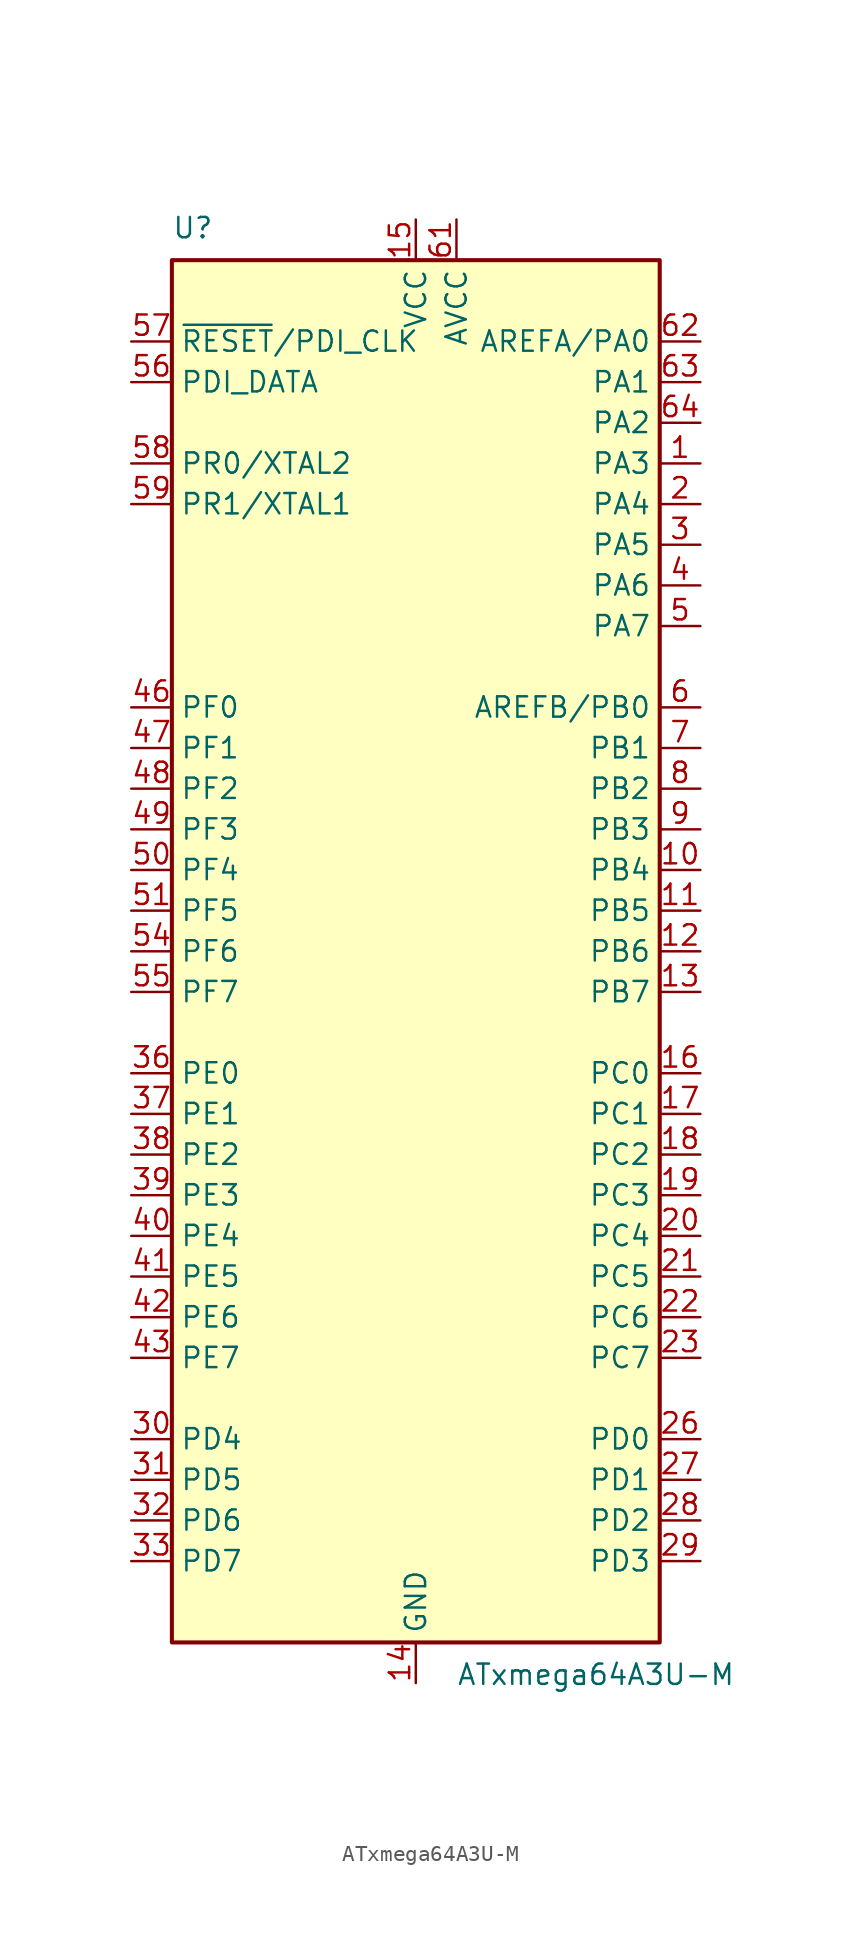
<source format=kicad_sym>
(kicad_symbol_lib
  (version 20220914)
  (generator kicad_symbol_editor)
  (symbol "ATxmega64A3U-M"
    (property "Reference" "U"
      (at -15.24 44.45 0)
      (effects (font (size 1.27 1.27)) (justify left bottom)))
    (property "Value" "ATxmega64A3U-M"
      (at 2.54 -44.45 0)
      (effects (font (size 1.27 1.27)) (justify left top)))
    (symbol "ATxmega64A3U-M_0_1"
      (rectangle (start -15.24 -43.18) (end 15.24 43.18) (stroke (width 0.254) (type default)) (fill (type background))))
    (symbol "ATxmega64A3U-M_1_1"
      (pin bidirectional line (at 17.78 30.48 180) (length 2.54) (name "PA3" (effects (font (size 1.27 1.27)))) (number "1" (effects (font (size 1.27 1.27)))))
      (pin bidirectional line (at 17.78 5.08 180) (length 2.54) (name "PB4" (effects (font (size 1.27 1.27)))) (number "10" (effects (font (size 1.27 1.27)))))
      (pin bidirectional line (at 17.78 2.54 180) (length 2.54) (name "PB5" (effects (font (size 1.27 1.27)))) (number "11" (effects (font (size 1.27 1.27)))))
      (pin bidirectional line (at 17.78 0 180) (length 2.54) (name "PB6" (effects (font (size 1.27 1.27)))) (number "12" (effects (font (size 1.27 1.27)))))
      (pin bidirectional line (at 17.78 -2.54 180) (length 2.54) (name "PB7" (effects (font (size 1.27 1.27)))) (number "13" (effects (font (size 1.27 1.27)))))
      (pin power_in line (at 0 -45.72 90) (length 2.54) (name "GND" (effects (font (size 1.27 1.27)))) (number "14" (effects (font (size 1.27 1.27)))))
      (pin power_in line (at 0 45.72 270) (length 2.54) (name "VCC" (effects (font (size 1.27 1.27)))) (number "15" (effects (font (size 1.27 1.27)))))
      (pin bidirectional line (at 17.78 -7.62 180) (length 2.54) (name "PC0" (effects (font (size 1.27 1.27)))) (number "16" (effects (font (size 1.27 1.27)))))
      (pin bidirectional line (at 17.78 -10.16 180) (length 2.54) (name "PC1" (effects (font (size 1.27 1.27)))) (number "17" (effects (font (size 1.27 1.27)))))
      (pin bidirectional line (at 17.78 -12.7 180) (length 2.54) (name "PC2" (effects (font (size 1.27 1.27)))) (number "18" (effects (font (size 1.27 1.27)))))
      (pin bidirectional line (at 17.78 -15.24 180) (length 2.54) (name "PC3" (effects (font (size 1.27 1.27)))) (number "19" (effects (font (size 1.27 1.27)))))
      (pin bidirectional line (at 17.78 27.94 180) (length 2.54) (name "PA4" (effects (font (size 1.27 1.27)))) (number "2" (effects (font (size 1.27 1.27)))))
      (pin bidirectional line (at 17.78 -17.78 180) (length 2.54) (name "PC4" (effects (font (size 1.27 1.27)))) (number "20" (effects (font (size 1.27 1.27)))))
      (pin bidirectional line (at 17.78 -20.32 180) (length 2.54) (name "PC5" (effects (font (size 1.27 1.27)))) (number "21" (effects (font (size 1.27 1.27)))))
      (pin bidirectional line (at 17.78 -22.86 180) (length 2.54) (name "PC6" (effects (font (size 1.27 1.27)))) (number "22" (effects (font (size 1.27 1.27)))))
      (pin bidirectional line (at 17.78 -25.4 180) (length 2.54) (name "PC7" (effects (font (size 1.27 1.27)))) (number "23" (effects (font (size 1.27 1.27)))))
      (pin passive line (at 0 -45.72 90) (length 2.54) hide (name "GND" (effects (font (size 1.27 1.27)))) (number "24" (effects (font (size 1.27 1.27)))))
      (pin passive line (at 0 45.72 270) (length 2.54) hide (name "VCC" (effects (font (size 1.27 1.27)))) (number "25" (effects (font (size 1.27 1.27)))))
      (pin bidirectional line (at 17.78 -30.48 180) (length 2.54) (name "PD0" (effects (font (size 1.27 1.27)))) (number "26" (effects (font (size 1.27 1.27)))))
      (pin bidirectional line (at 17.78 -33.02 180) (length 2.54) (name "PD1" (effects (font (size 1.27 1.27)))) (number "27" (effects (font (size 1.27 1.27)))))
      (pin bidirectional line (at 17.78 -35.56 180) (length 2.54) (name "PD2" (effects (font (size 1.27 1.27)))) (number "28" (effects (font (size 1.27 1.27)))))
      (pin bidirectional line (at 17.78 -38.1 180) (length 2.54) (name "PD3" (effects (font (size 1.27 1.27)))) (number "29" (effects (font (size 1.27 1.27)))))
      (pin bidirectional line (at 17.78 25.4 180) (length 2.54) (name "PA5" (effects (font (size 1.27 1.27)))) (number "3" (effects (font (size 1.27 1.27)))))
      (pin bidirectional line (at -17.78 -30.48 0) (length 2.54) (name "PD4" (effects (font (size 1.27 1.27)))) (number "30" (effects (font (size 1.27 1.27)))))
      (pin bidirectional line (at -17.78 -33.02 0) (length 2.54) (name "PD5" (effects (font (size 1.27 1.27)))) (number "31" (effects (font (size 1.27 1.27)))))
      (pin bidirectional line (at -17.78 -35.56 0) (length 2.54) (name "PD6" (effects (font (size 1.27 1.27)))) (number "32" (effects (font (size 1.27 1.27)))))
      (pin bidirectional line (at -17.78 -38.1 0) (length 2.54) (name "PD7" (effects (font (size 1.27 1.27)))) (number "33" (effects (font (size 1.27 1.27)))))
      (pin passive line (at 0 -45.72 90) (length 2.54) hide (name "GND" (effects (font (size 1.27 1.27)))) (number "34" (effects (font (size 1.27 1.27)))))
      (pin passive line (at 0 45.72 270) (length 2.54) hide (name "VCC" (effects (font (size 1.27 1.27)))) (number "35" (effects (font (size 1.27 1.27)))))
      (pin bidirectional line (at -17.78 -7.62 0) (length 2.54) (name "PE0" (effects (font (size 1.27 1.27)))) (number "36" (effects (font (size 1.27 1.27)))))
      (pin bidirectional line (at -17.78 -10.16 0) (length 2.54) (name "PE1" (effects (font (size 1.27 1.27)))) (number "37" (effects (font (size 1.27 1.27)))))
      (pin bidirectional line (at -17.78 -12.7 0) (length 2.54) (name "PE2" (effects (font (size 1.27 1.27)))) (number "38" (effects (font (size 1.27 1.27)))))
      (pin bidirectional line (at -17.78 -15.24 0) (length 2.54) (name "PE3" (effects (font (size 1.27 1.27)))) (number "39" (effects (font (size 1.27 1.27)))))
      (pin bidirectional line (at 17.78 22.86 180) (length 2.54) (name "PA6" (effects (font (size 1.27 1.27)))) (number "4" (effects (font (size 1.27 1.27)))))
      (pin bidirectional line (at -17.78 -17.78 0) (length 2.54) (name "PE4" (effects (font (size 1.27 1.27)))) (number "40" (effects (font (size 1.27 1.27)))))
      (pin bidirectional line (at -17.78 -20.32 0) (length 2.54) (name "PE5" (effects (font (size 1.27 1.27)))) (number "41" (effects (font (size 1.27 1.27)))))
      (pin bidirectional line (at -17.78 -22.86 0) (length 2.54) (name "PE6" (effects (font (size 1.27 1.27)))) (number "42" (effects (font (size 1.27 1.27)))))
      (pin bidirectional line (at -17.78 -25.4 0) (length 2.54) (name "PE7" (effects (font (size 1.27 1.27)))) (number "43" (effects (font (size 1.27 1.27)))))
      (pin passive line (at 0 -45.72 90) (length 2.54) hide (name "GND" (effects (font (size 1.27 1.27)))) (number "44" (effects (font (size 1.27 1.27)))))
      (pin passive line (at 0 45.72 270) (length 2.54) hide (name "VCC" (effects (font (size 1.27 1.27)))) (number "45" (effects (font (size 1.27 1.27)))))
      (pin bidirectional line (at -17.78 15.24 0) (length 2.54) (name "PF0" (effects (font (size 1.27 1.27)))) (number "46" (effects (font (size 1.27 1.27)))))
      (pin bidirectional line (at -17.78 12.7 0) (length 2.54) (name "PF1" (effects (font (size 1.27 1.27)))) (number "47" (effects (font (size 1.27 1.27)))))
      (pin bidirectional line (at -17.78 10.16 0) (length 2.54) (name "PF2" (effects (font (size 1.27 1.27)))) (number "48" (effects (font (size 1.27 1.27)))))
      (pin bidirectional line (at -17.78 7.62 0) (length 2.54) (name "PF3" (effects (font (size 1.27 1.27)))) (number "49" (effects (font (size 1.27 1.27)))))
      (pin bidirectional line (at 17.78 20.32 180) (length 2.54) (name "PA7" (effects (font (size 1.27 1.27)))) (number "5" (effects (font (size 1.27 1.27)))))
      (pin bidirectional line (at -17.78 5.08 0) (length 2.54) (name "PF4" (effects (font (size 1.27 1.27)))) (number "50" (effects (font (size 1.27 1.27)))))
      (pin bidirectional line (at -17.78 2.54 0) (length 2.54) (name "PF5" (effects (font (size 1.27 1.27)))) (number "51" (effects (font (size 1.27 1.27)))))
      (pin passive line (at 0 -45.72 90) (length 2.54) hide (name "GND" (effects (font (size 1.27 1.27)))) (number "52" (effects (font (size 1.27 1.27)))))
      (pin passive line (at 0 45.72 270) (length 2.54) hide (name "VCC" (effects (font (size 1.27 1.27)))) (number "53" (effects (font (size 1.27 1.27)))))
      (pin bidirectional line (at -17.78 0 0) (length 2.54) (name "PF6" (effects (font (size 1.27 1.27)))) (number "54" (effects (font (size 1.27 1.27)))))
      (pin bidirectional line (at -17.78 -2.54 0) (length 2.54) (name "PF7" (effects (font (size 1.27 1.27)))) (number "55" (effects (font (size 1.27 1.27)))))
      (pin bidirectional line (at -17.78 35.56 0) (length 2.54) (name "PDI_DATA" (effects (font (size 1.27 1.27)))) (number "56" (effects (font (size 1.27 1.27)))))
      (pin input line (at -17.78 38.1 0) (length 2.54) (name "~{RESET}/PDI_CLK" (effects (font (size 1.27 1.27)))) (number "57" (effects (font (size 1.27 1.27)))))
      (pin bidirectional line (at -17.78 30.48 0) (length 2.54) (name "PR0/XTAL2" (effects (font (size 1.27 1.27)))) (number "58" (effects (font (size 1.27 1.27)))))
      (pin bidirectional line (at -17.78 27.94 0) (length 2.54) (name "PR1/XTAL1" (effects (font (size 1.27 1.27)))) (number "59" (effects (font (size 1.27 1.27)))))
      (pin bidirectional line (at 17.78 15.24 180) (length 2.54) (name "AREFB/PB0" (effects (font (size 1.27 1.27)))) (number "6" (effects (font (size 1.27 1.27)))))
      (pin passive line (at 0 -45.72 90) (length 2.54) hide (name "GND" (effects (font (size 1.27 1.27)))) (number "60" (effects (font (size 1.27 1.27)))))
      (pin power_in line (at 2.54 45.72 270) (length 2.54) (name "AVCC" (effects (font (size 1.27 1.27)))) (number "61" (effects (font (size 1.27 1.27)))))
      (pin bidirectional line (at 17.78 38.1 180) (length 2.54) (name "AREFA/PA0" (effects (font (size 1.27 1.27)))) (number "62" (effects (font (size 1.27 1.27)))))
      (pin bidirectional line (at 17.78 35.56 180) (length 2.54) (name "PA1" (effects (font (size 1.27 1.27)))) (number "63" (effects (font (size 1.27 1.27)))))
      (pin bidirectional line (at 17.78 33.02 180) (length 2.54) (name "PA2" (effects (font (size 1.27 1.27)))) (number "64" (effects (font (size 1.27 1.27)))))
      (pin passive line (at 0 -45.72 90) (length 2.54) hide (name "GND" (effects (font (size 1.27 1.27)))) (number "65" (effects (font (size 1.27 1.27)))))
      (pin bidirectional line (at 17.78 12.7 180) (length 2.54) (name "PB1" (effects (font (size 1.27 1.27)))) (number "7" (effects (font (size 1.27 1.27)))))
      (pin bidirectional line (at 17.78 10.16 180) (length 2.54) (name "PB2" (effects (font (size 1.27 1.27)))) (number "8" (effects (font (size 1.27 1.27)))))
      (pin bidirectional line (at 17.78 7.62 180) (length 2.54) (name "PB3" (effects (font (size 1.27 1.27)))) (number "9" (effects (font (size 1.27 1.27))))))))
</source>
